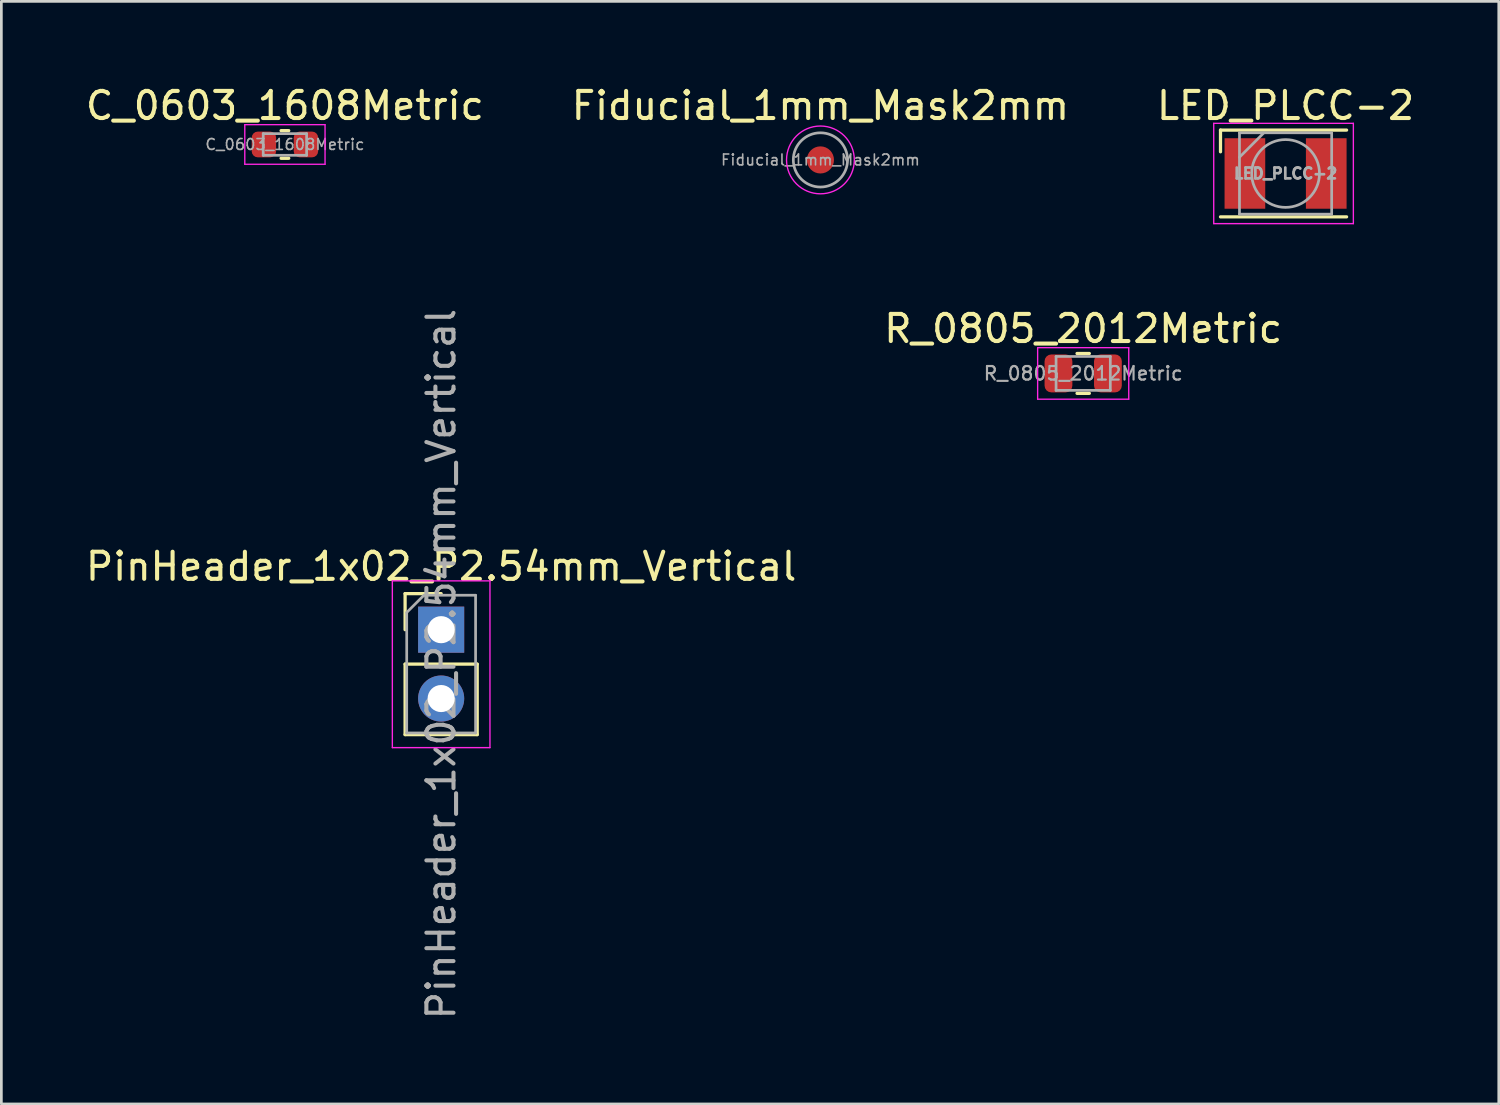
<source format=kicad_pcb>
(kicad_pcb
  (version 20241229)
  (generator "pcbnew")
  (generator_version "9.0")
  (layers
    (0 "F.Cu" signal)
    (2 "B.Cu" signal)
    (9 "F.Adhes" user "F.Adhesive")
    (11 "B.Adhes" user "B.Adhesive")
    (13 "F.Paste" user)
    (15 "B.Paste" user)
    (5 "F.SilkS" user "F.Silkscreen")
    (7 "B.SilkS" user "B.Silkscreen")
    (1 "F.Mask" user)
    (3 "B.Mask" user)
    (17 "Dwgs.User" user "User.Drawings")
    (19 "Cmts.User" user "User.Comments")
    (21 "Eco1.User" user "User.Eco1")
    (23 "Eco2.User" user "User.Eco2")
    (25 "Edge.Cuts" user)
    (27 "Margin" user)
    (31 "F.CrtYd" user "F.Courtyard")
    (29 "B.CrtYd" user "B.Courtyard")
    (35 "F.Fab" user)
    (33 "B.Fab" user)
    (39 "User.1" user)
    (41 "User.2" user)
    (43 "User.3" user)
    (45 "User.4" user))
  (footprint "LED_PLCC-2"
    (layer "F.Cu")
    (at 44.363 3.348)
    (property "Reference" "LED_PLCC-2" (at 0 -2.5 180) (layer "F.SilkS") (effects (font (size 1 1) (thickness 0.15))))
    (attr smd)
    (fp_line (start -2.4 -1.6) (end -2.4 -0.8) (stroke (width 0.12) (type solid)) (layer "F.SilkS"))
    (fp_line (start 2.25 -1.6) (end -2.4 -1.6) (stroke (width 0.12) (type solid)) (layer "F.SilkS"))
    (fp_line (start 2.25 1.6) (end -2.4 1.6) (stroke (width 0.12) (type solid)) (layer "F.SilkS"))
    (fp_line (start -2.65 -1.85) (end 2.5 -1.85) (stroke (width 0.05) (type solid)) (layer "F.CrtYd"))
    (fp_line (start -2.65 1.85) (end -2.65 -1.85) (stroke (width 0.05) (type solid)) (layer "F.CrtYd"))
    (fp_line (start 2.5 -1.85) (end 2.5 1.85) (stroke (width 0.05) (type solid)) (layer "F.CrtYd"))
    (fp_line (start 2.5 1.85) (end -2.65 1.85) (stroke (width 0.05) (type solid)) (layer "F.CrtYd"))
    (fp_line (start -1.7 -1.5) (end -1.7 1.5) (stroke (width 0.1) (type solid)) (layer "F.Fab"))
    (fp_line (start -1.7 -0.6) (end -0.8 -1.5) (stroke (width 0.1) (type solid)) (layer "F.Fab"))
    (fp_line (start -1.7 1.5) (end 1.7 1.5) (stroke (width 0.1) (type solid)) (layer "F.Fab"))
    (fp_line (start 1.7 -1.5) (end -1.7 -1.5) (stroke (width 0.1) (type solid)) (layer "F.Fab"))
    (fp_line (start 1.7 1.5) (end 1.7 -1.5) (stroke (width 0.1) (type solid)) (layer "F.Fab"))
    (fp_circle (center 0 0) (end 0 -1.25) (stroke (width 0.1) (type solid)) (fill no) (layer "F.Fab"))
    (fp_text user "${REFERENCE}" (at 0 0 180) (layer "F.Fab") (effects (font (size 0.4 0.4) (thickness 0.1))))
    (pad "1" smd rect (at -1.5 0) (size 1.5 2.6) (layers "F.Cu" "F.Mask" "F.Paste"))
    (pad "2" smd rect (at 1.5 0) (size 1.5 2.6) (layers "F.Cu" "F.Mask" "F.Paste")))
  (footprint "R_0805_2012Metric"
    (layer "F.Cu")
    (at 36.899 10.722)
    (property "Reference" "R_0805_2012Metric" (at 0 -1.65 180) (layer "F.SilkS") (effects (font (size 1 1) (thickness 0.15))))
    (attr smd)
    (fp_line (start -0.227 -0.735) (end 0.227 -0.735) (stroke (width 0.12) (type solid)) (layer "F.SilkS"))
    (fp_line (start -0.227 0.735) (end 0.227 0.735) (stroke (width 0.12) (type solid)) (layer "F.SilkS"))
    (fp_line (start -1.68 -0.95) (end 1.68 -0.95) (stroke (width 0.05) (type solid)) (layer "F.CrtYd"))
    (fp_line (start -1.68 0.95) (end -1.68 -0.95) (stroke (width 0.05) (type solid)) (layer "F.CrtYd"))
    (fp_line (start 1.68 -0.95) (end 1.68 0.95) (stroke (width 0.05) (type solid)) (layer "F.CrtYd"))
    (fp_line (start 1.68 0.95) (end -1.68 0.95) (stroke (width 0.05) (type solid)) (layer "F.CrtYd"))
    (fp_line (start -1 -0.625) (end 1 -0.625) (stroke (width 0.1) (type solid)) (layer "F.Fab"))
    (fp_line (start -1 0.625) (end -1 -0.625) (stroke (width 0.1) (type solid)) (layer "F.Fab"))
    (fp_line (start 1 -0.625) (end 1 0.625) (stroke (width 0.1) (type solid)) (layer "F.Fab"))
    (fp_line (start 1 0.625) (end -1 0.625) (stroke (width 0.1) (type solid)) (layer "F.Fab"))
    (fp_text user "${REFERENCE}" (at 0 0 180) (layer "F.Fab") (effects (font (size 0.5 0.5) (thickness 0.08))))
    (pad "1" smd roundrect (at -0.912 0) (size 1.025 1.4) (layers "F.Cu" "F.Mask" "F.Paste") (roundrect_rratio 0.244))
    (pad "2" smd roundrect (at 0.912 0) (size 1.025 1.4) (layers "F.Cu" "F.Mask" "F.Paste") (roundrect_rratio 0.244)))
  (footprint "C_0603_1608Metric"
    (layer "F.Cu")
    (at 7.458 2.278)
    (property "Reference" "C_0603_1608Metric" (at -0.000001 -1.43 0) (layer "F.SilkS") (effects (font (size 1 1) (thickness 0.15))))
    (attr smd)
    (fp_line (start -0.141 -0.51) (end 0.141 -0.51) (stroke (width 0.12) (type solid)) (layer "F.SilkS"))
    (fp_line (start -0.141 0.51) (end 0.141 0.51) (stroke (width 0.12) (type solid)) (layer "F.SilkS"))
    (fp_line (start -1.48 -0.73) (end 1.48 -0.73) (stroke (width 0.05) (type solid)) (layer "F.CrtYd"))
    (fp_line (start -1.48 0.73) (end -1.48 -0.73) (stroke (width 0.05) (type solid)) (layer "F.CrtYd"))
    (fp_line (start 1.48 -0.73) (end 1.48 0.73) (stroke (width 0.05) (type solid)) (layer "F.CrtYd"))
    (fp_line (start 1.48 0.73) (end -1.48 0.73) (stroke (width 0.05) (type solid)) (layer "F.CrtYd"))
    (fp_line (start -0.8 -0.4) (end 0.8 -0.4) (stroke (width 0.1) (type solid)) (layer "F.Fab"))
    (fp_line (start -0.8 0.4) (end -0.8 -0.4) (stroke (width 0.1) (type solid)) (layer "F.Fab"))
    (fp_line (start 0.8 -0.4) (end 0.8 0.4) (stroke (width 0.1) (type solid)) (layer "F.Fab"))
    (fp_line (start 0.8 0.4) (end -0.8 0.4) (stroke (width 0.1) (type solid)) (layer "F.Fab"))
    (fp_text user "${REFERENCE}" (at 0 0 0) (layer "F.Fab") (effects (font (size 0.4 0.4) (thickness 0.06))))
    (pad "1" smd roundrect (at -0.775 0) (size 0.9 0.95) (layers "F.Cu" "F.Mask" "F.Paste") (roundrect_rratio 0.25))
    (pad "2" smd roundrect (at 0.775 0) (size 0.9 0.95) (layers "F.Cu" "F.Mask" "F.Paste") (roundrect_rratio 0.25)))
  (footprint "PinHeader_1x02_P2.54mm_Vertical"
    (layer "F.Cu")
    (at 13.22 20.173)
    (property "Reference" "PinHeader_1x02_P2.54mm_Vertical" (at 0 -2.33 0) (layer "F.SilkS") (effects (font (size 1 1) (thickness 0.15))))
    (attr through_hole)
    (fp_line (start -1.33 -1.33) (end 0 -1.33) (stroke (width 0.12) (type solid)) (layer "F.SilkS"))
    (fp_line (start -1.33 0) (end -1.33 -1.33) (stroke (width 0.12) (type solid)) (layer "F.SilkS"))
    (fp_line (start -1.33 1.27) (end -1.33 3.87) (stroke (width 0.12) (type solid)) (layer "F.SilkS"))
    (fp_line (start -1.33 1.27) (end 1.33 1.27) (stroke (width 0.12) (type solid)) (layer "F.SilkS"))
    (fp_line (start -1.33 3.87) (end 1.33 3.87) (stroke (width 0.12) (type solid)) (layer "F.SilkS"))
    (fp_line (start 1.33 1.27) (end 1.33 3.87) (stroke (width 0.12) (type solid)) (layer "F.SilkS"))
    (fp_line (start -1.8 -1.8) (end -1.8 4.35) (stroke (width 0.05) (type solid)) (layer "F.CrtYd"))
    (fp_line (start -1.8 4.35) (end 1.8 4.35) (stroke (width 0.05) (type solid)) (layer "F.CrtYd"))
    (fp_line (start 1.8 -1.8) (end -1.8 -1.8) (stroke (width 0.05) (type solid)) (layer "F.CrtYd"))
    (fp_line (start 1.8 4.35) (end 1.8 -1.8) (stroke (width 0.05) (type solid)) (layer "F.CrtYd"))
    (fp_line (start -1.27 -0.635) (end -0.635 -1.27) (stroke (width 0.1) (type solid)) (layer "F.Fab"))
    (fp_line (start -1.27 3.81) (end -1.27 -0.635) (stroke (width 0.1) (type solid)) (layer "F.Fab"))
    (fp_line (start -0.635 -1.27) (end 1.27 -1.27) (stroke (width 0.1) (type solid)) (layer "F.Fab"))
    (fp_line (start 1.27 -1.27) (end 1.27 3.81) (stroke (width 0.1) (type solid)) (layer "F.Fab"))
    (fp_line (start 1.27 3.81) (end -1.27 3.81) (stroke (width 0.1) (type solid)) (layer "F.Fab"))
    (fp_text user "${REFERENCE}" (at 0 1.27 90) (layer "F.Fab") (effects (font (size 1 1) (thickness 0.15))))
    (pad "1" thru_hole rect (at 0 0 180) (size 1.7 1.7) (drill 1) (layers "*.Cu" "*.Mask"))
    (pad "2" thru_hole oval (at 0 2.54 180) (size 1.7 1.7) (drill 1) (layers "*.Cu" "*.Mask")))
  (footprint "Fiducial_1mm_Mask2mm"
    (layer "F.Cu")
    (at 27.208 2.848)
    (property "Reference" "Fiducial_1mm_Mask2mm" (at 0 -2 0) (layer "F.SilkS") (effects (font (size 1 1) (thickness 0.15))))
    (attr smd)
    (fp_circle (center 0 0) (end 1.25 0) (stroke (width 0.05) (type solid)) (fill no) (layer "F.CrtYd"))
    (fp_circle (center 0 0) (end 1 0) (stroke (width 0.1) (type solid)) (fill no) (layer "F.Fab"))
    (fp_text user "${REFERENCE}" (at 0 0 0) (layer "F.Fab") (effects (font (size 0.4 0.4) (thickness 0.06))))
    (pad "" smd circle (at 0 0) (size 1 1) (layers "F.Cu" "F.Mask")))
  (gr_rect
    (start -3 -3)
    (end 52.226 37.664)
    (stroke (width 0.1) (type default))
    (fill no)
    (layer "Edge.Cuts")))
</source>
